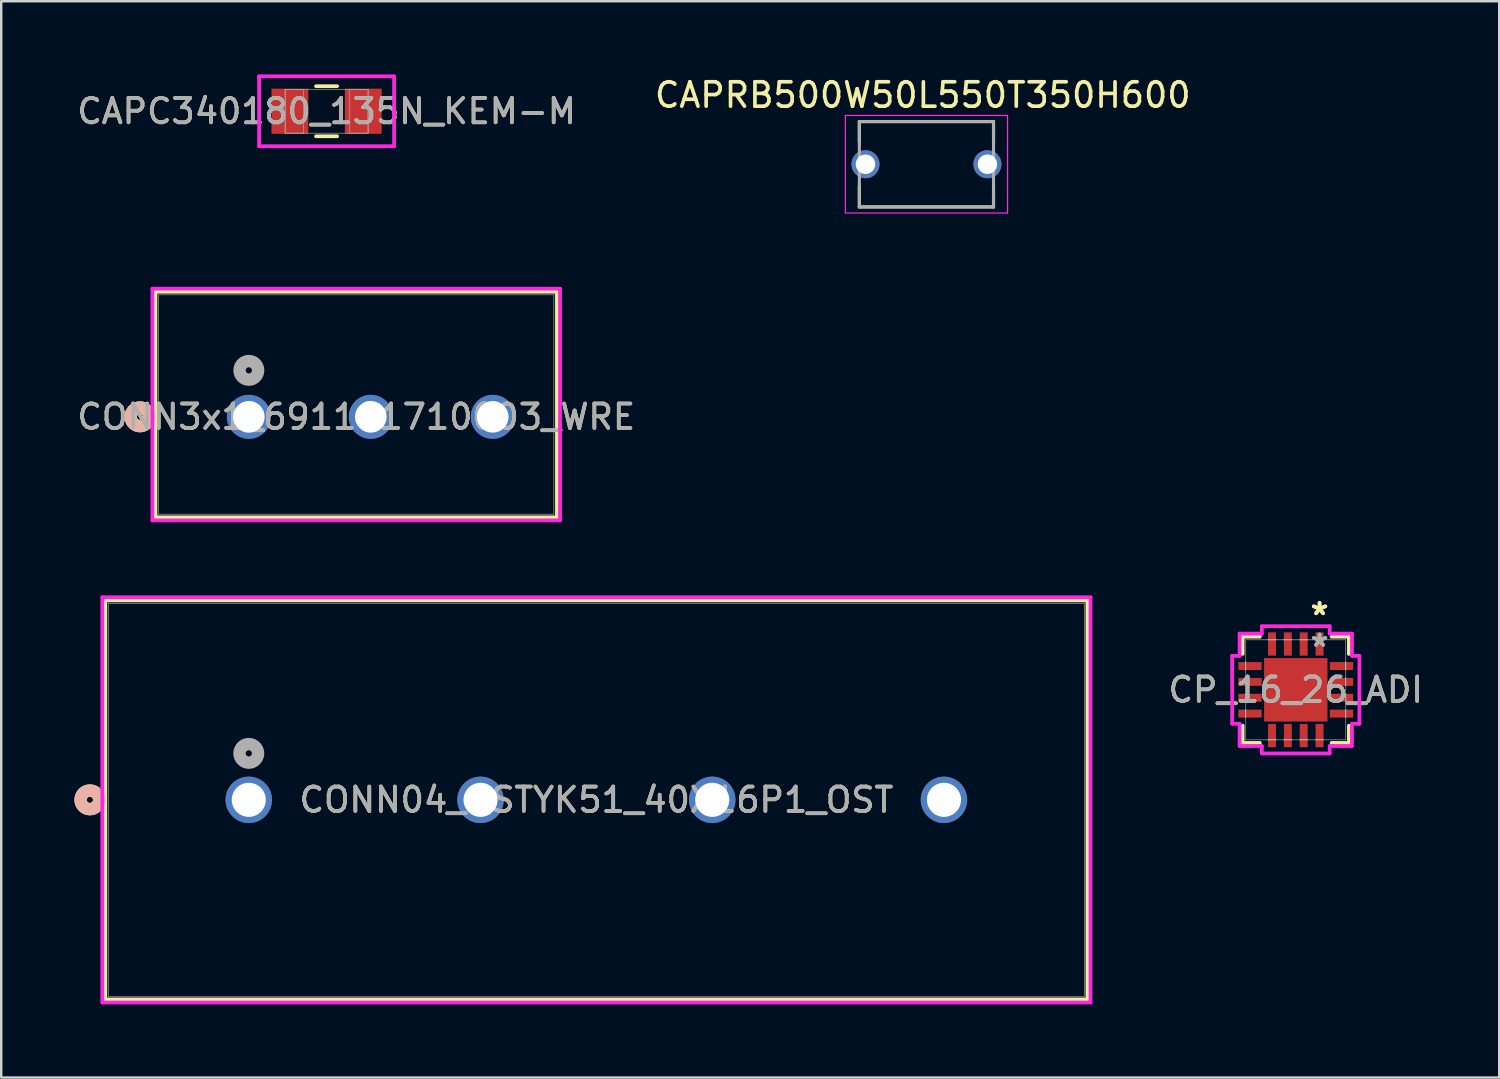
<source format=kicad_pcb>
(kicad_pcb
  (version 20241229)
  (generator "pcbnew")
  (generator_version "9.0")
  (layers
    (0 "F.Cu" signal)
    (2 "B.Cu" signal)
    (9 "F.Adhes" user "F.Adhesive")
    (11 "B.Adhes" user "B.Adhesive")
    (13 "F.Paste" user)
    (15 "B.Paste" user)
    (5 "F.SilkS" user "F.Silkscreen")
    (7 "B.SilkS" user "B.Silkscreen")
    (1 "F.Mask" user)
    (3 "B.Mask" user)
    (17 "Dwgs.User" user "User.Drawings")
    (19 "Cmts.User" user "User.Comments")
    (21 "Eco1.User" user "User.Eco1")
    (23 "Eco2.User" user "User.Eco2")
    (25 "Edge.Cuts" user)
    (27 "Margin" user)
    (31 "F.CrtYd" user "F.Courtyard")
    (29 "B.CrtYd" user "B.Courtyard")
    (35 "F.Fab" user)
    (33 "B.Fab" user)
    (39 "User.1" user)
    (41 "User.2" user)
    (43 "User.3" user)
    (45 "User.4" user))
  (footprint "CONN3x1_691101710003_WRE"
    (layer "F.Cu")
    (at 7.151 14.038)
    (property "Reference" "CONN3x1_691101710003_WRE" (at 4.403 0 0) (unlocked yes) (layer "F.SilkS") (effects (font (size 1 1) (thickness 0.15))))
    (attr through_hole)
    (fp_line (start -3.827 -5.127) (end -3.827 4.119) (stroke (width 0.152) (type solid)) (layer "F.SilkS"))
    (fp_line (start -3.827 4.119) (end 12.632 4.119) (stroke (width 0.152) (type solid)) (layer "F.SilkS"))
    (fp_line (start 12.632 -5.127) (end -3.827 -5.127) (stroke (width 0.152) (type solid)) (layer "F.SilkS"))
    (fp_line (start 12.632 4.119) (end 12.632 -5.127) (stroke (width 0.152) (type solid)) (layer "F.SilkS"))
    (fp_circle (center -4.462 0) (end -4.081 0) (stroke (width 0.508) (type solid)) (fill no) (layer "F.SilkS"))
    (fp_circle (center -4.462 0) (end -4.081 0) (stroke (width 0.508) (type solid)) (fill no) (layer "B.SilkS"))
    (fp_line (start -3.954 -5.254) (end -3.954 4.246) (stroke (width 0.152) (type solid)) (layer "F.CrtYd"))
    (fp_line (start -3.954 4.246) (end 12.759 4.246) (stroke (width 0.152) (type solid)) (layer "F.CrtYd"))
    (fp_line (start 12.759 -5.254) (end -3.954 -5.254) (stroke (width 0.152) (type solid)) (layer "F.CrtYd"))
    (fp_line (start 12.759 4.246) (end 12.759 -5.254) (stroke (width 0.152) (type solid)) (layer "F.CrtYd"))
    (fp_line (start -3.7 -5) (end -3.7 3.992) (stroke (width 0.025) (type solid)) (layer "F.Fab"))
    (fp_line (start -3.7 3.992) (end 12.505 3.992) (stroke (width 0.025) (type solid)) (layer "F.Fab"))
    (fp_line (start 12.505 -5) (end -3.7 -5) (stroke (width 0.025) (type solid)) (layer "F.Fab"))
    (fp_line (start 12.505 3.992) (end 12.505 -5) (stroke (width 0.025) (type solid)) (layer "F.Fab"))
    (fp_circle (center 0 -1.905) (end 0.381 -1.905) (stroke (width 0.508) (type solid)) (fill no) (layer "F.Fab"))
    (fp_text user "${REFERENCE}" (at 4.403 0 0) (unlocked yes) (layer "F.Fab") (effects (font (size 1 1) (thickness 0.15))))
    (pad "1" thru_hole circle (at 0 0) (size 1.803 1.803) (drill 1.295) (layers "*.Cu" "*.Mask"))
    (pad "2" thru_hole circle (at 5 0) (size 1.803 1.803) (drill 1.295) (layers "*.Cu" "*.Mask"))
    (pad "3" thru_hole circle (at 10 0) (size 1.803 1.803) (drill 1.295) (layers "*.Cu" "*.Mask")))
  (footprint "CAPRB500W50L550T350H600"
    (layer "F.Cu")
    (at 34.93 3.683)
    (property "Reference" "CAPRB500W50L550T350H600" (at -0.15 -2.835 0) (layer "F.SilkS") (effects (font (size 1 1) (thickness 0.15))))
    (attr through_hole)
    (fp_line (start -2.75 -1.75) (end -2.75 -0.895) (stroke (width 0.127) (type solid)) (layer "F.SilkS"))
    (fp_line (start -2.75 -1.75) (end 2.75 -1.75) (stroke (width 0.127) (type solid)) (layer "F.SilkS"))
    (fp_line (start -2.75 1.75) (end -2.75 0.895) (stroke (width 0.127) (type solid)) (layer "F.SilkS"))
    (fp_line (start -2.75 1.75) (end 2.75 1.75) (stroke (width 0.127) (type solid)) (layer "F.SilkS"))
    (fp_line (start 2.75 -1.75) (end 2.75 -0.895) (stroke (width 0.127) (type solid)) (layer "F.SilkS"))
    (fp_line (start 2.75 1.75) (end 2.75 0.895) (stroke (width 0.127) (type solid)) (layer "F.SilkS"))
    (fp_line (start -3.325 -2) (end -3.325 2) (stroke (width 0.05) (type solid)) (layer "F.CrtYd"))
    (fp_line (start -3.325 -2) (end 3.325 -2) (stroke (width 0.05) (type solid)) (layer "F.CrtYd"))
    (fp_line (start 3.325 -2) (end 3.325 2) (stroke (width 0.05) (type solid)) (layer "F.CrtYd"))
    (fp_line (start 3.325 2) (end -3.325 2) (stroke (width 0.05) (type solid)) (layer "F.CrtYd"))
    (fp_line (start -2.75 -1.75) (end -2.75 1.75) (stroke (width 0.127) (type solid)) (layer "F.Fab"))
    (fp_line (start -2.75 -1.75) (end 2.75 -1.75) (stroke (width 0.127) (type solid)) (layer "F.Fab"))
    (fp_line (start 2.75 -1.75) (end 2.75 1.75) (stroke (width 0.127) (type solid)) (layer "F.Fab"))
    (fp_line (start 2.75 1.75) (end -2.75 1.75) (stroke (width 0.127) (type solid)) (layer "F.Fab"))
    (pad "1" thru_hole circle (at -2.5 0) (size 1.15 1.15) (drill 0.8) (layers "*.Cu" "*.Mask"))
    (pad "2" thru_hole circle (at 2.5 0) (size 1.15 1.15) (drill 0.8) (layers "*.Cu" "*.Mask")))
  (footprint "CP_16_26_ADI"
    (layer "F.Cu")
    (at 50.071 25.229)
    (property "Reference" "CP_16_26_ADI" (at 0 0 0) (unlocked yes) (layer "F.SilkS") (effects (font (size 1 1) (thickness 0.15))))
    (attr smd)
    (fp_line (start -2.177 -2.177) (end -2.177 -1.47) (stroke (width 0.152) (type solid)) (layer "F.SilkS"))
    (fp_line (start -2.177 1.47) (end -2.177 2.177) (stroke (width 0.152) (type solid)) (layer "F.SilkS"))
    (fp_line (start -2.177 2.177) (end -1.47 2.177) (stroke (width 0.152) (type solid)) (layer "F.SilkS"))
    (fp_line (start -1.47 -2.177) (end -2.177 -2.177) (stroke (width 0.152) (type solid)) (layer "F.SilkS"))
    (fp_line (start 1.47 2.177) (end 2.177 2.177) (stroke (width 0.152) (type solid)) (layer "F.SilkS"))
    (fp_line (start 2.177 -2.177) (end 1.47 -2.177) (stroke (width 0.152) (type solid)) (layer "F.SilkS"))
    (fp_line (start 2.177 -1.47) (end 2.177 -2.177) (stroke (width 0.152) (type solid)) (layer "F.SilkS"))
    (fp_line (start 2.177 2.177) (end 2.177 1.47) (stroke (width 0.152) (type solid)) (layer "F.SilkS"))
    (fp_poly (pts (xy -1.2 -1.2) (xy -1.2 -0.1) (xy -0.1 -0.1) (xy -0.1 -1.2)) (stroke (width 0) (type solid)) (fill yes) (layer "F.Paste"))
    (fp_poly (pts (xy -1.2 0.1) (xy -1.2 1.2) (xy -0.1 1.2) (xy -0.1 0.1)) (stroke (width 0) (type solid)) (fill yes) (layer "F.Paste"))
    (fp_poly (pts (xy 0.1 -1.2) (xy 0.1 -0.1) (xy 1.2 -0.1) (xy 1.2 -1.2)) (stroke (width 0) (type solid)) (fill yes) (layer "F.Paste"))
    (fp_poly (pts (xy 0.1 0.1) (xy 0.1 1.2) (xy 1.2 1.2) (xy 1.2 0.1)) (stroke (width 0) (type solid)) (fill yes) (layer "F.Paste"))
    (fp_line (start -2.609 -1.391) (end -2.304 -1.391) (stroke (width 0.152) (type solid)) (layer "F.CrtYd"))
    (fp_line (start -2.609 1.391) (end -2.609 -1.391) (stroke (width 0.152) (type solid)) (layer "F.CrtYd"))
    (fp_line (start -2.304 -2.304) (end -1.391 -2.304) (stroke (width 0.152) (type solid)) (layer "F.CrtYd"))
    (fp_line (start -2.304 -1.391) (end -2.304 -2.304) (stroke (width 0.152) (type solid)) (layer "F.CrtYd"))
    (fp_line (start -2.304 1.391) (end -2.609 1.391) (stroke (width 0.152) (type solid)) (layer "F.CrtYd"))
    (fp_line (start -2.304 2.304) (end -2.304 1.391) (stroke (width 0.152) (type solid)) (layer "F.CrtYd"))
    (fp_line (start -1.391 -2.609) (end 1.391 -2.609) (stroke (width 0.152) (type solid)) (layer "F.CrtYd"))
    (fp_line (start -1.391 -2.304) (end -1.391 -2.609) (stroke (width 0.152) (type solid)) (layer "F.CrtYd"))
    (fp_line (start -1.391 2.304) (end -2.304 2.304) (stroke (width 0.152) (type solid)) (layer "F.CrtYd"))
    (fp_line (start -1.391 2.609) (end -1.391 2.304) (stroke (width 0.152) (type solid)) (layer "F.CrtYd"))
    (fp_line (start 1.391 -2.609) (end 1.391 -2.304) (stroke (width 0.152) (type solid)) (layer "F.CrtYd"))
    (fp_line (start 1.391 -2.304) (end 2.304 -2.304) (stroke (width 0.152) (type solid)) (layer "F.CrtYd"))
    (fp_line (start 1.391 2.304) (end 1.391 2.609) (stroke (width 0.152) (type solid)) (layer "F.CrtYd"))
    (fp_line (start 1.391 2.609) (end -1.391 2.609) (stroke (width 0.152) (type solid)) (layer "F.CrtYd"))
    (fp_line (start 2.304 -2.304) (end 2.304 -1.391) (stroke (width 0.152) (type solid)) (layer "F.CrtYd"))
    (fp_line (start 2.304 -1.391) (end 2.609 -1.391) (stroke (width 0.152) (type solid)) (layer "F.CrtYd"))
    (fp_line (start 2.304 1.391) (end 2.304 2.304) (stroke (width 0.152) (type solid)) (layer "F.CrtYd"))
    (fp_line (start 2.304 2.304) (end 1.391 2.304) (stroke (width 0.152) (type solid)) (layer "F.CrtYd"))
    (fp_line (start 2.609 -1.391) (end 2.609 1.391) (stroke (width 0.152) (type solid)) (layer "F.CrtYd"))
    (fp_line (start 2.609 1.391) (end 2.304 1.391) (stroke (width 0.152) (type solid)) (layer "F.CrtYd"))
    (fp_line (start -2.05 -2.05) (end -2.05 2.05) (stroke (width 0.025) (type solid)) (layer "F.Fab"))
    (fp_line (start -2.05 -1.15) (end -2.05 -1.15) (stroke (width 0.025) (type solid)) (layer "F.Fab"))
    (fp_line (start -2.05 -1.15) (end -2.05 -0.8) (stroke (width 0.025) (type solid)) (layer "F.Fab"))
    (fp_line (start -2.05 -0.8) (end -2.05 -1.15) (stroke (width 0.025) (type solid)) (layer "F.Fab"))
    (fp_line (start -2.05 -0.8) (end -2.05 -0.8) (stroke (width 0.025) (type solid)) (layer "F.Fab"))
    (fp_line (start -2.05 -0.5) (end -2.05 -0.5) (stroke (width 0.025) (type solid)) (layer "F.Fab"))
    (fp_line (start -2.05 -0.5) (end -2.05 -0.15) (stroke (width 0.025) (type solid)) (layer "F.Fab"))
    (fp_line (start -2.05 -0.15) (end -2.05 -0.5) (stroke (width 0.025) (type solid)) (layer "F.Fab"))
    (fp_line (start -2.05 -0.15) (end -2.05 -0.15) (stroke (width 0.025) (type solid)) (layer "F.Fab"))
    (fp_line (start -2.05 0.15) (end -2.05 0.15) (stroke (width 0.025) (type solid)) (layer "F.Fab"))
    (fp_line (start -2.05 0.15) (end -2.05 0.5) (stroke (width 0.025) (type solid)) (layer "F.Fab"))
    (fp_line (start -2.05 0.5) (end -2.05 0.15) (stroke (width 0.025) (type solid)) (layer "F.Fab"))
    (fp_line (start -2.05 0.5) (end -2.05 0.5) (stroke (width 0.025) (type solid)) (layer "F.Fab"))
    (fp_line (start -2.05 0.8) (end -2.05 0.8) (stroke (width 0.025) (type solid)) (layer "F.Fab"))
    (fp_line (start -2.05 0.8) (end -2.05 1.15) (stroke (width 0.025) (type solid)) (layer "F.Fab"))
    (fp_line (start -2.05 1.15) (end -2.05 0.8) (stroke (width 0.025) (type solid)) (layer "F.Fab"))
    (fp_line (start -2.05 1.15) (end -2.05 1.15) (stroke (width 0.025) (type solid)) (layer "F.Fab"))
    (fp_line (start -2.05 2.05) (end 2.05 2.05) (stroke (width 0.025) (type solid)) (layer "F.Fab"))
    (fp_line (start -1.15 -2.05) (end -1.15 -2.05) (stroke (width 0.025) (type solid)) (layer "F.Fab"))
    (fp_line (start -1.15 -2.05) (end -0.8 -2.05) (stroke (width 0.025) (type solid)) (layer "F.Fab"))
    (fp_line (start -1.15 2.05) (end -1.15 2.05) (stroke (width 0.025) (type solid)) (layer "F.Fab"))
    (fp_line (start -1.15 2.05) (end -0.8 2.05) (stroke (width 0.025) (type solid)) (layer "F.Fab"))
    (fp_line (start -0.8 -2.05) (end -1.15 -2.05) (stroke (width 0.025) (type solid)) (layer "F.Fab"))
    (fp_line (start -0.8 -2.05) (end -0.8 -2.05) (stroke (width 0.025) (type solid)) (layer "F.Fab"))
    (fp_line (start -0.8 2.05) (end -1.15 2.05) (stroke (width 0.025) (type solid)) (layer "F.Fab"))
    (fp_line (start -0.8 2.05) (end -0.8 2.05) (stroke (width 0.025) (type solid)) (layer "F.Fab"))
    (fp_line (start -0.5 -2.05) (end -0.5 -2.05) (stroke (width 0.025) (type solid)) (layer "F.Fab"))
    (fp_line (start -0.5 -2.05) (end -0.15 -2.05) (stroke (width 0.025) (type solid)) (layer "F.Fab"))
    (fp_line (start -0.5 2.05) (end -0.5 2.05) (stroke (width 0.025) (type solid)) (layer "F.Fab"))
    (fp_line (start -0.5 2.05) (end -0.15 2.05) (stroke (width 0.025) (type solid)) (layer "F.Fab"))
    (fp_line (start -0.15 -2.05) (end -0.5 -2.05) (stroke (width 0.025) (type solid)) (layer "F.Fab"))
    (fp_line (start -0.15 -2.05) (end -0.15 -2.05) (stroke (width 0.025) (type solid)) (layer "F.Fab"))
    (fp_line (start -0.15 2.05) (end -0.5 2.05) (stroke (width 0.025) (type solid)) (layer "F.Fab"))
    (fp_line (start -0.15 2.05) (end -0.15 2.05) (stroke (width 0.025) (type solid)) (layer "F.Fab"))
    (fp_line (start 0.15 -2.05) (end 0.15 -2.05) (stroke (width 0.025) (type solid)) (layer "F.Fab"))
    (fp_line (start 0.15 -2.05) (end 0.5 -2.05) (stroke (width 0.025) (type solid)) (layer "F.Fab"))
    (fp_line (start 0.15 2.05) (end 0.15 2.05) (stroke (width 0.025) (type solid)) (layer "F.Fab"))
    (fp_line (start 0.15 2.05) (end 0.5 2.05) (stroke (width 0.025) (type solid)) (layer "F.Fab"))
    (fp_line (start 0.5 -2.05) (end 0.15 -2.05) (stroke (width 0.025) (type solid)) (layer "F.Fab"))
    (fp_line (start 0.5 -2.05) (end 0.5 -2.05) (stroke (width 0.025) (type solid)) (layer "F.Fab"))
    (fp_line (start 0.5 2.05) (end 0.15 2.05) (stroke (width 0.025) (type solid)) (layer "F.Fab"))
    (fp_line (start 0.5 2.05) (end 0.5 2.05) (stroke (width 0.025) (type solid)) (layer "F.Fab"))
    (fp_line (start 0.8 -2.05) (end 0.8 -2.05) (stroke (width 0.025) (type solid)) (layer "F.Fab"))
    (fp_line (start 0.8 -2.05) (end 1.15 -2.05) (stroke (width 0.025) (type solid)) (layer "F.Fab"))
    (fp_line (start 0.8 2.05) (end 0.8 2.05) (stroke (width 0.025) (type solid)) (layer "F.Fab"))
    (fp_line (start 0.8 2.05) (end 1.15 2.05) (stroke (width 0.025) (type solid)) (layer "F.Fab"))
    (fp_line (start 1.15 -2.05) (end 0.8 -2.05) (stroke (width 0.025) (type solid)) (layer "F.Fab"))
    (fp_line (start 1.15 -2.05) (end 1.15 -2.05) (stroke (width 0.025) (type solid)) (layer "F.Fab"))
    (fp_line (start 1.15 2.05) (end 0.8 2.05) (stroke (width 0.025) (type solid)) (layer "F.Fab"))
    (fp_line (start 1.15 2.05) (end 1.15 2.05) (stroke (width 0.025) (type solid)) (layer "F.Fab"))
    (fp_line (start 2.05 -2.05) (end -2.05 -2.05) (stroke (width 0.025) (type solid)) (layer "F.Fab"))
    (fp_line (start 2.05 -1.15) (end 2.05 -1.15) (stroke (width 0.025) (type solid)) (layer "F.Fab"))
    (fp_line (start 2.05 -1.15) (end 2.05 -0.8) (stroke (width 0.025) (type solid)) (layer "F.Fab"))
    (fp_line (start 2.05 -0.8) (end 2.05 -1.15) (stroke (width 0.025) (type solid)) (layer "F.Fab"))
    (fp_line (start 2.05 -0.8) (end 2.05 -0.8) (stroke (width 0.025) (type solid)) (layer "F.Fab"))
    (fp_line (start 2.05 -0.5) (end 2.05 -0.5) (stroke (width 0.025) (type solid)) (layer "F.Fab"))
    (fp_line (start 2.05 -0.5) (end 2.05 -0.15) (stroke (width 0.025) (type solid)) (layer "F.Fab"))
    (fp_line (start 2.05 -0.15) (end 2.05 -0.5) (stroke (width 0.025) (type solid)) (layer "F.Fab"))
    (fp_line (start 2.05 -0.15) (end 2.05 -0.15) (stroke (width 0.025) (type solid)) (layer "F.Fab"))
    (fp_line (start 2.05 0.15) (end 2.05 0.15) (stroke (width 0.025) (type solid)) (layer "F.Fab"))
    (fp_line (start 2.05 0.15) (end 2.05 0.5) (stroke (width 0.025) (type solid)) (layer "F.Fab"))
    (fp_line (start 2.05 0.5) (end 2.05 0.15) (stroke (width 0.025) (type solid)) (layer "F.Fab"))
    (fp_line (start 2.05 0.5) (end 2.05 0.5) (stroke (width 0.025) (type solid)) (layer "F.Fab"))
    (fp_line (start 2.05 0.8) (end 2.05 0.8) (stroke (width 0.025) (type solid)) (layer "F.Fab"))
    (fp_line (start 2.05 0.8) (end 2.05 1.15) (stroke (width 0.025) (type solid)) (layer "F.Fab"))
    (fp_line (start 2.05 1.15) (end 2.05 0.8) (stroke (width 0.025) (type solid)) (layer "F.Fab"))
    (fp_line (start 2.05 1.15) (end 2.05 1.15) (stroke (width 0.025) (type solid)) (layer "F.Fab"))
    (fp_line (start 2.05 2.05) (end 2.05 -2.05) (stroke (width 0.025) (type solid)) (layer "F.Fab"))
    (fp_text user "*" (at 0.975 -3.02 0) (layer "F.SilkS") (effects (font (size 1 1) (thickness 0.15))))
    (fp_text user "*" (at 0.975 -3.02 0) (unlocked yes) (layer "F.SilkS") (effects (font (size 1 1) (thickness 0.15))))
    (fp_text user "${REFERENCE}" (at 0 0 0) (unlocked yes) (layer "F.Fab") (effects (font (size 1 1) (thickness 0.15))))
    (fp_text user "*" (at 0.975 -1.725 0) (unlocked yes) (layer "F.Fab") (effects (font (size 1 1) (thickness 0.15))))
    (fp_text user "*" (at 0.975 -1.725 0) (layer "F.Fab") (effects (font (size 1 1) (thickness 0.15))))
    (pad "1" smd rect (at 0.975 -1.877) (size 0.325 0.955) (layers "F.Cu" "F.Mask" "F.Paste"))
    (pad "2" smd rect (at 0.325 -1.877) (size 0.325 0.955) (layers "F.Cu" "F.Mask" "F.Paste"))
    (pad "3" smd rect (at -0.325 -1.877) (size 0.325 0.955) (layers "F.Cu" "F.Mask" "F.Paste"))
    (pad "4" smd rect (at -0.975 -1.877) (size 0.325 0.955) (layers "F.Cu" "F.Mask" "F.Paste"))
    (pad "5" smd rect (at -1.877 -0.975 90) (size 0.325 0.955) (layers "F.Cu" "F.Mask" "F.Paste"))
    (pad "6" smd rect (at -1.877 -0.325 90) (size 0.325 0.955) (layers "F.Cu" "F.Mask" "F.Paste"))
    (pad "7" smd rect (at -1.877 0.325 90) (size 0.325 0.955) (layers "F.Cu" "F.Mask" "F.Paste"))
    (pad "8" smd rect (at -1.877 0.975 90) (size 0.325 0.955) (layers "F.Cu" "F.Mask" "F.Paste"))
    (pad "9" smd rect (at -0.975 1.877) (size 0.325 0.955) (layers "F.Cu" "F.Mask" "F.Paste"))
    (pad "10" smd rect (at -0.325 1.877) (size 0.325 0.955) (layers "F.Cu" "F.Mask" "F.Paste"))
    (pad "11" smd rect (at 0.325 1.877) (size 0.325 0.955) (layers "F.Cu" "F.Mask" "F.Paste"))
    (pad "12" smd rect (at 0.975 1.877) (size 0.325 0.955) (layers "F.Cu" "F.Mask" "F.Paste"))
    (pad "13" smd rect (at 1.877 0.975 90) (size 0.325 0.955) (layers "F.Cu" "F.Mask" "F.Paste"))
    (pad "14" smd rect (at 1.877 0.325 90) (size 0.325 0.955) (layers "F.Cu" "F.Mask" "F.Paste"))
    (pad "15" smd rect (at 1.877 -0.325 90) (size 0.325 0.955) (layers "F.Cu" "F.Mask" "F.Paste"))
    (pad "16" smd rect (at 1.877 -0.975 90) (size 0.325 0.955) (layers "F.Cu" "F.Mask" "F.Paste"))
    (pad "HTAB" smd rect (at 0 0) (size 2.6 2.6) (layers "F.Cu" "F.Mask" "F.Paste")))
  (footprint "CAPC340180_135N_KEM-M"
    (layer "F.Cu")
    (at 10.339 1.51)
    (property "Reference" "CAPC340180_135N_KEM-M" (at 0 0 0) (unlocked yes) (layer "F.SilkS") (effects (font (size 1 1) (thickness 0.15))))
    (attr smd)
    (fp_line (start -0.433 1.027) (end 0.433 1.027) (stroke (width 0.152) (type solid)) (layer "F.SilkS"))
    (fp_line (start 0.433 -1.027) (end -0.433 -1.027) (stroke (width 0.152) (type solid)) (layer "F.SilkS"))
    (fp_line (start -2.767 -1.433) (end 2.767 -1.433) (stroke (width 0.152) (type solid)) (layer "F.CrtYd"))
    (fp_line (start -2.767 1.433) (end -2.767 -1.433) (stroke (width 0.152) (type solid)) (layer "F.CrtYd"))
    (fp_line (start 2.767 -1.433) (end 2.767 1.433) (stroke (width 0.152) (type solid)) (layer "F.CrtYd"))
    (fp_line (start 2.767 1.433) (end -2.767 1.433) (stroke (width 0.152) (type solid)) (layer "F.CrtYd"))
    (fp_line (start -1.7 -0.9) (end -1.7 0.9) (stroke (width 0.025) (type solid)) (layer "F.Fab"))
    (fp_line (start -1.7 -0.9) (end -1.7 0.9) (stroke (width 0.025) (type solid)) (layer "F.Fab"))
    (fp_line (start -1.7 0.9) (end -0.95 0.9) (stroke (width 0.025) (type solid)) (layer "F.Fab"))
    (fp_line (start -1.7 0.9) (end 1.7 0.9) (stroke (width 0.025) (type solid)) (layer "F.Fab"))
    (fp_line (start -0.95 -0.9) (end -1.7 -0.9) (stroke (width 0.025) (type solid)) (layer "F.Fab"))
    (fp_line (start -0.95 0.9) (end -0.95 -0.9) (stroke (width 0.025) (type solid)) (layer "F.Fab"))
    (fp_line (start 0.95 -0.9) (end 0.95 0.9) (stroke (width 0.025) (type solid)) (layer "F.Fab"))
    (fp_line (start 0.95 0.9) (end 1.7 0.9) (stroke (width 0.025) (type solid)) (layer "F.Fab"))
    (fp_line (start 1.7 -0.9) (end -1.7 -0.9) (stroke (width 0.025) (type solid)) (layer "F.Fab"))
    (fp_line (start 1.7 -0.9) (end 0.95 -0.9) (stroke (width 0.025) (type solid)) (layer "F.Fab"))
    (fp_line (start 1.7 0.9) (end 1.7 -0.9) (stroke (width 0.025) (type solid)) (layer "F.Fab"))
    (fp_line (start 1.7 0.9) (end 1.7 -0.9) (stroke (width 0.025) (type solid)) (layer "F.Fab"))
    (fp_text user "${REFERENCE}" (at 0 0 0) (unlocked yes) (layer "F.Fab") (effects (font (size 1 1) (thickness 0.15))))
    (pad "1" smd rect (at -1.504 0) (size 1.509 1.851) (layers "F.Cu" "F.Mask" "F.Paste"))
    (pad "2" smd rect (at 1.504 0) (size 1.509 1.851) (layers "F.Cu" "F.Mask" "F.Paste"))
    (zone (net_name "") (layer "F.Cu") (hatch full 0.508) (connect_pads) (min_thickness 0.254) (filled_areas_thickness no) (keepout (tracks not_allowed) (vias not_allowed) (pads allowed) (copperpour not_allowed) (footprints allowed)) (placement (enabled no)) (fill) (polygon (pts (xy 9.64 0.66) (xy 11.038 0.66) (xy 11.038 2.359) (xy 9.64 2.359)))))
  (footprint "CONN04_OSTYK51_40X16P1_OST"
    (layer "F.Cu")
    (at 7.149 29.74)
    (property "Reference" "CONN04_OSTYK51_40X16P1_OST" (at 14.25 0 0) (unlocked yes) (layer "F.SilkS") (effects (font (size 1 1) (thickness 0.15))))
    (attr through_hole)
    (fp_line (start -5.88 -8.177) (end -5.88 8.181) (stroke (width 0.152) (type solid)) (layer "F.SilkS"))
    (fp_line (start -5.88 8.181) (end 34.38 8.181) (stroke (width 0.152) (type solid)) (layer "F.SilkS"))
    (fp_line (start 34.38 -8.177) (end -5.88 -8.177) (stroke (width 0.152) (type solid)) (layer "F.SilkS"))
    (fp_line (start 34.38 8.181) (end 34.38 -8.177) (stroke (width 0.152) (type solid)) (layer "F.SilkS"))
    (fp_circle (center -6.514 0) (end -6.133 0) (stroke (width 0.508) (type solid)) (fill no) (layer "F.SilkS"))
    (fp_circle (center -6.514 0) (end -6.133 0) (stroke (width 0.508) (type solid)) (fill no) (layer "B.SilkS"))
    (fp_line (start -6.006 -8.304) (end -6.006 8.308) (stroke (width 0.152) (type solid)) (layer "F.CrtYd"))
    (fp_line (start -6.006 8.308) (end 34.507 8.308) (stroke (width 0.152) (type solid)) (layer "F.CrtYd"))
    (fp_line (start 34.507 -8.304) (end -6.006 -8.304) (stroke (width 0.152) (type solid)) (layer "F.CrtYd"))
    (fp_line (start 34.507 8.308) (end 34.507 -8.304) (stroke (width 0.152) (type solid)) (layer "F.CrtYd"))
    (fp_line (start -5.753 -8.05) (end -5.753 8.054) (stroke (width 0.025) (type solid)) (layer "F.Fab"))
    (fp_line (start -5.753 8.054) (end 34.252 8.054) (stroke (width 0.025) (type solid)) (layer "F.Fab"))
    (fp_line (start 34.252 -8.05) (end -5.753 -8.05) (stroke (width 0.025) (type solid)) (layer "F.Fab"))
    (fp_line (start 34.252 8.054) (end 34.252 -8.05) (stroke (width 0.025) (type solid)) (layer "F.Fab"))
    (fp_circle (center 0 -1.905) (end 0.381 -1.905) (stroke (width 0.508) (type solid)) (fill no) (layer "F.Fab"))
    (fp_text user "${REFERENCE}" (at 14.25 0 0) (unlocked yes) (layer "F.Fab") (effects (font (size 1 1) (thickness 0.15))))
    (pad "1" thru_hole circle (at 0.000001 0) (size 1.905 1.905) (drill 1.397) (layers "*.Cu" "*.Mask"))
    (pad "2" thru_hole circle (at 9.5 0) (size 1.905 1.905) (drill 1.397) (layers "*.Cu" "*.Mask"))
    (pad "3" thru_hole circle (at 19 0) (size 1.905 1.905) (drill 1.397) (layers "*.Cu" "*.Mask"))
    (pad "4" thru_hole circle (at 28.5 0) (size 1.905 1.905) (drill 1.397) (layers "*.Cu" "*.Mask")))
  (gr_rect
    (start -3 -3)
    (end 58.411 41.124)
    (stroke (width 0.1) (type default))
    (fill no)
    (layer "Edge.Cuts")))
</source>
